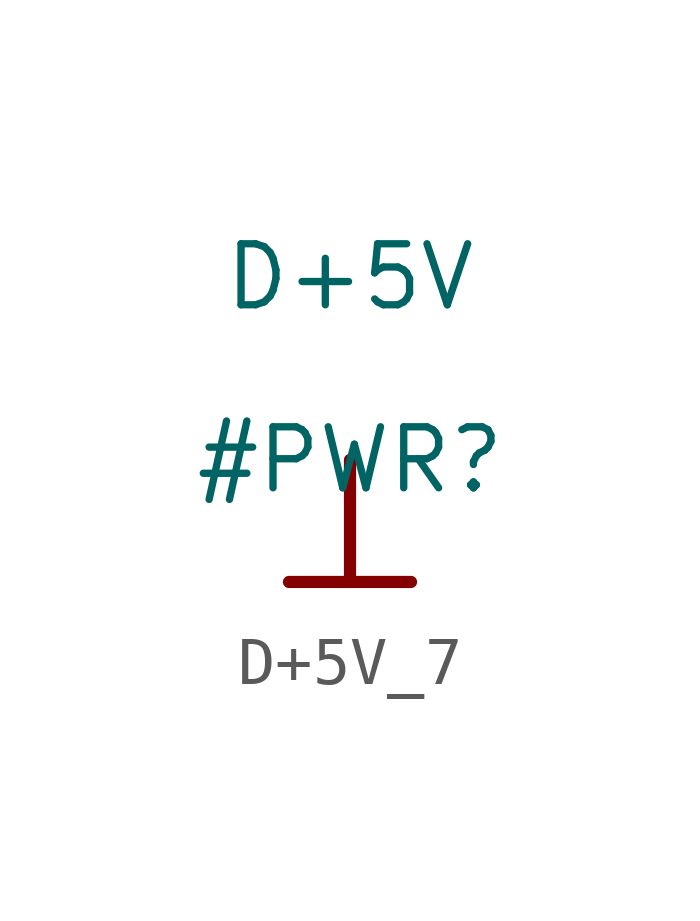
<source format=kicad_sym>
(kicad_symbol_lib
  (version 20241209)
  (generator "kicad_symbol_editor")
  (generator_version "9.0")
  (symbol "D+5V_7"
    (power)
    (property "Reference" "#PWR"
      (at 0 0 0)
      (effects (font (size 1.27 1.27))))
    (property "Value" "D+5V"
      (at 0 3.81 0)
      (effects (font (size 1.27 1.27))))
    (symbol "D+5V_7_0_0"
      (polyline (pts (xy -1.27 -2.54) (xy 1.27 -2.54)) (stroke (width 0.254) (type solid)) (fill (type none)))
      (polyline (pts (xy 0 0) (xy 0 -2.54)) (stroke (width 0.254) (type solid)) (fill (type none))))
    (symbol "D+5V_7_1_0"
      (pin power_out line (at 0 0 0) (length 0) (hide yes) (name "D+5V" (effects (font (size 1.27 1.27)))) (number "" (effects (font (size 1.27 1.27))))))))
</source>
